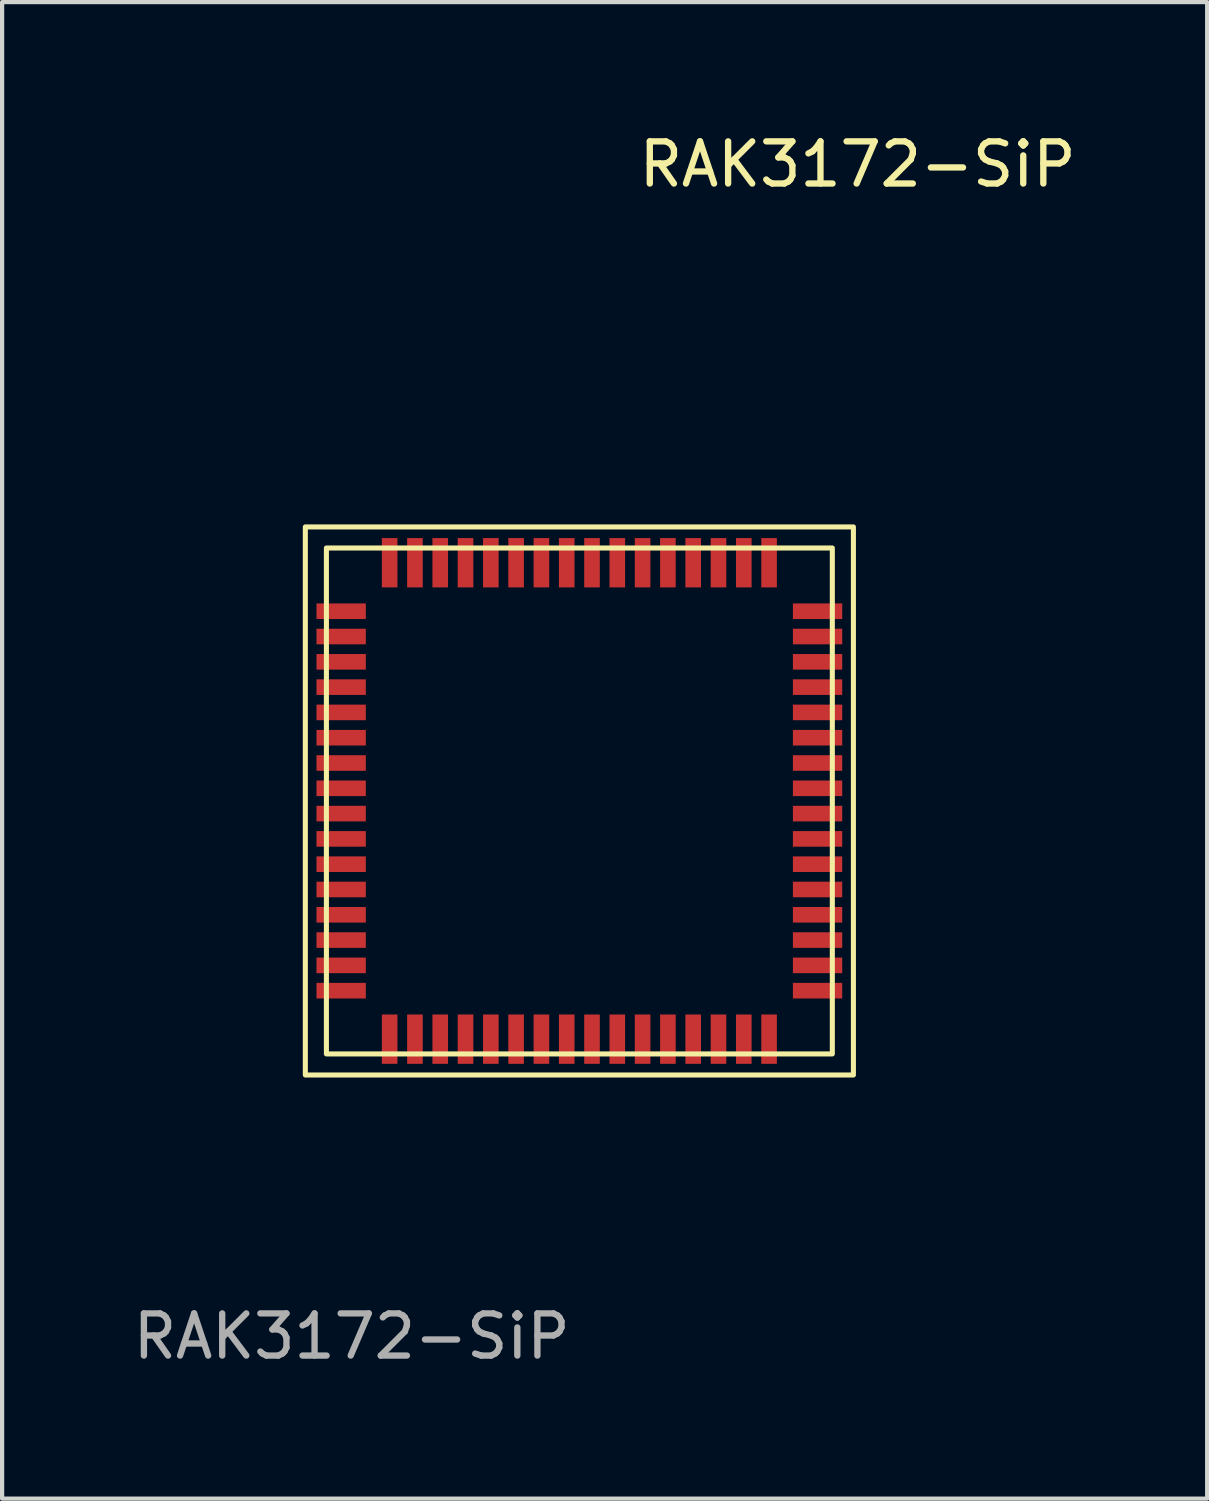
<source format=kicad_pcb>
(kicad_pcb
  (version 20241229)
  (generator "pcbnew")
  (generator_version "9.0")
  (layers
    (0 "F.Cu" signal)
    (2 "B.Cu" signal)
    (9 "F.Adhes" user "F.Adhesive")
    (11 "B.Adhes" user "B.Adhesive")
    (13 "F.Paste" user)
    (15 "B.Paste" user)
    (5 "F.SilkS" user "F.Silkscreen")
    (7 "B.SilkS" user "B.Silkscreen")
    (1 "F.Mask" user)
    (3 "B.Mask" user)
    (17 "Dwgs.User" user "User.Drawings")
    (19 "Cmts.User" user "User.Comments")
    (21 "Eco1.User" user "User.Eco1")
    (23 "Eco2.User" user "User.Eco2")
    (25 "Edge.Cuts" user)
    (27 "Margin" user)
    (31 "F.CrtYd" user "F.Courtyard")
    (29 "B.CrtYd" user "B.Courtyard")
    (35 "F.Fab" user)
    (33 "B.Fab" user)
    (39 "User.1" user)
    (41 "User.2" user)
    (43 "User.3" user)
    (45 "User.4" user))
  (footprint "RAK3172-SiP"
    (layer "F.Cu")
    (at 4.692 9.948)
    (property "Reference" "RAK3172-SiP" (at 12.6 -9.1 0) (unlocked yes) (layer "F.SilkS") (effects (font (size 1 1) (thickness 0.15))))
    (attr smd)
    (fp_rect (start -0.5 -0.5) (end 12.5 12.5) (stroke (width 0.12) (type solid)) (fill no) (layer "F.SilkS"))
    (fp_rect (start 0 0) (end 12 12) (stroke (width 0.12) (type solid)) (fill no) (layer "F.SilkS"))
    (fp_text user "${REFERENCE}" (at 0.6 18.7 0) (unlocked yes) (layer "F.Fab") (effects (font (size 1 1) (thickness 0.15))))
    (pad "1" smd rect (at 0.35 1.5) (size 1.17 0.37) (layers "F.Cu" "F.Mask" "F.Paste"))
    (pad "2" smd rect (at 0.35 2.1) (size 1.17 0.37) (layers "F.Cu" "F.Mask" "F.Paste"))
    (pad "3" smd rect (at 0.35 2.7) (size 1.17 0.37) (layers "F.Cu" "F.Mask" "F.Paste"))
    (pad "4" smd rect (at 0.35 3.3) (size 1.17 0.37) (layers "F.Cu" "F.Mask" "F.Paste"))
    (pad "5" smd rect (at 0.35 3.9) (size 1.17 0.37) (layers "F.Cu" "F.Mask" "F.Paste"))
    (pad "6" smd rect (at 0.35 4.5) (size 1.17 0.37) (layers "F.Cu" "F.Mask" "F.Paste"))
    (pad "7" smd rect (at 0.35 5.1) (size 1.17 0.37) (layers "F.Cu" "F.Mask" "F.Paste"))
    (pad "8" smd rect (at 0.35 5.7) (size 1.17 0.37) (layers "F.Cu" "F.Mask" "F.Paste"))
    (pad "9" smd rect (at 0.35 6.3) (size 1.17 0.37) (layers "F.Cu" "F.Mask" "F.Paste"))
    (pad "10" smd rect (at 0.35 6.9) (size 1.17 0.37) (layers "F.Cu" "F.Mask" "F.Paste"))
    (pad "11" smd rect (at 0.35 7.5) (size 1.17 0.37) (layers "F.Cu" "F.Mask" "F.Paste"))
    (pad "12" smd rect (at 0.35 8.1) (size 1.17 0.37) (layers "F.Cu" "F.Mask" "F.Paste"))
    (pad "13" smd rect (at 0.35 8.7) (size 1.17 0.37) (layers "F.Cu" "F.Mask" "F.Paste"))
    (pad "14" smd rect (at 0.35 9.3) (size 1.17 0.37) (layers "F.Cu" "F.Mask" "F.Paste"))
    (pad "15" smd rect (at 0.35 9.9) (size 1.17 0.37) (layers "F.Cu" "F.Mask" "F.Paste"))
    (pad "16" smd rect (at 0.35 10.5) (size 1.17 0.37) (layers "F.Cu" "F.Mask" "F.Paste"))
    (pad "17" smd rect (at 1.5 11.65 90) (size 1.17 0.37) (layers "F.Cu" "F.Mask" "F.Paste"))
    (pad "18" smd rect (at 2.1 11.65 90) (size 1.17 0.37) (layers "F.Cu" "F.Mask" "F.Paste"))
    (pad "19" smd rect (at 2.7 11.65 90) (size 1.17 0.37) (layers "F.Cu" "F.Mask" "F.Paste"))
    (pad "20" smd rect (at 3.3 11.65 90) (size 1.17 0.37) (layers "F.Cu" "F.Mask" "F.Paste"))
    (pad "21" smd rect (at 3.9 11.65 90) (size 1.17 0.37) (layers "F.Cu" "F.Mask" "F.Paste"))
    (pad "22" smd rect (at 4.5 11.65 90) (size 1.17 0.37) (layers "F.Cu" "F.Mask" "F.Paste"))
    (pad "23" smd rect (at 5.1 11.65 90) (size 1.17 0.37) (layers "F.Cu" "F.Mask" "F.Paste"))
    (pad "24" smd rect (at 5.7 11.65 90) (size 1.17 0.37) (layers "F.Cu" "F.Mask" "F.Paste"))
    (pad "25" smd rect (at 6.3 11.65 90) (size 1.17 0.37) (layers "F.Cu" "F.Mask" "F.Paste"))
    (pad "26" smd rect (at 6.9 11.65 90) (size 1.17 0.37) (layers "F.Cu" "F.Mask" "F.Paste"))
    (pad "27" smd rect (at 7.5 11.65 90) (size 1.17 0.37) (layers "F.Cu" "F.Mask" "F.Paste"))
    (pad "28" smd rect (at 8.1 11.65 90) (size 1.17 0.37) (layers "F.Cu" "F.Mask" "F.Paste"))
    (pad "29" smd rect (at 8.7 11.65 90) (size 1.17 0.37) (layers "F.Cu" "F.Mask" "F.Paste"))
    (pad "30" smd rect (at 9.3 11.65 90) (size 1.17 0.37) (layers "F.Cu" "F.Mask" "F.Paste"))
    (pad "31" smd rect (at 9.9 11.65 90) (size 1.17 0.37) (layers "F.Cu" "F.Mask" "F.Paste"))
    (pad "32" smd rect (at 10.5 11.65 90) (size 1.17 0.37) (layers "F.Cu" "F.Mask" "F.Paste"))
    (pad "33" smd rect (at 11.65 10.5 180) (size 1.17 0.37) (layers "F.Cu" "F.Mask" "F.Paste"))
    (pad "34" smd rect (at 11.65 9.9 180) (size 1.17 0.37) (layers "F.Cu" "F.Mask" "F.Paste"))
    (pad "35" smd rect (at 11.65 9.3 180) (size 1.17 0.37) (layers "F.Cu" "F.Mask" "F.Paste"))
    (pad "36" smd rect (at 11.65 8.7 180) (size 1.17 0.37) (layers "F.Cu" "F.Mask" "F.Paste"))
    (pad "37" smd rect (at 11.65 8.1 180) (size 1.17 0.37) (layers "F.Cu" "F.Mask" "F.Paste"))
    (pad "38" smd rect (at 11.65 7.5 180) (size 1.17 0.37) (layers "F.Cu" "F.Mask" "F.Paste"))
    (pad "39" smd rect (at 11.65 6.9 180) (size 1.17 0.37) (layers "F.Cu" "F.Mask" "F.Paste"))
    (pad "40" smd rect (at 11.65 6.3 180) (size 1.17 0.37) (layers "F.Cu" "F.Mask" "F.Paste"))
    (pad "41" smd rect (at 11.65 5.7 180) (size 1.17 0.37) (layers "F.Cu" "F.Mask" "F.Paste"))
    (pad "42" smd rect (at 11.65 5.1 180) (size 1.17 0.37) (layers "F.Cu" "F.Mask" "F.Paste"))
    (pad "43" smd rect (at 11.65 4.5 180) (size 1.17 0.37) (layers "F.Cu" "F.Mask" "F.Paste"))
    (pad "44" smd rect (at 11.65 3.9 180) (size 1.17 0.37) (layers "F.Cu" "F.Mask" "F.Paste"))
    (pad "45" smd rect (at 11.65 3.3 180) (size 1.17 0.37) (layers "F.Cu" "F.Mask" "F.Paste"))
    (pad "46" smd rect (at 11.65 2.7 180) (size 1.17 0.37) (layers "F.Cu" "F.Mask" "F.Paste"))
    (pad "47" smd rect (at 11.65 2.1 180) (size 1.17 0.37) (layers "F.Cu" "F.Mask" "F.Paste"))
    (pad "48" smd rect (at 11.65 1.5 180) (size 1.17 0.37) (layers "F.Cu" "F.Mask" "F.Paste"))
    (pad "49" smd rect (at 10.5 0.35 270) (size 1.17 0.37) (layers "F.Cu" "F.Mask" "F.Paste"))
    (pad "50" smd rect (at 9.9 0.35 270) (size 1.17 0.37) (layers "F.Cu" "F.Mask" "F.Paste"))
    (pad "51" smd rect (at 9.3 0.35 270) (size 1.17 0.37) (layers "F.Cu" "F.Mask" "F.Paste"))
    (pad "52" smd rect (at 8.7 0.35 270) (size 1.17 0.37) (layers "F.Cu" "F.Mask" "F.Paste"))
    (pad "53" smd rect (at 8.1 0.35 270) (size 1.17 0.37) (layers "F.Cu" "F.Mask" "F.Paste"))
    (pad "54" smd rect (at 7.5 0.35 270) (size 1.17 0.37) (layers "F.Cu" "F.Mask" "F.Paste"))
    (pad "55" smd rect (at 6.9 0.35 270) (size 1.17 0.37) (layers "F.Cu" "F.Mask" "F.Paste"))
    (pad "56" smd rect (at 6.3 0.35 270) (size 1.17 0.37) (layers "F.Cu" "F.Mask" "F.Paste"))
    (pad "57" smd rect (at 5.7 0.35 270) (size 1.17 0.37) (layers "F.Cu" "F.Mask" "F.Paste"))
    (pad "58" smd rect (at 5.1 0.35 270) (size 1.17 0.37) (layers "F.Cu" "F.Mask" "F.Paste"))
    (pad "59" smd rect (at 4.5 0.35 270) (size 1.17 0.37) (layers "F.Cu" "F.Mask" "F.Paste"))
    (pad "60" smd rect (at 3.9 0.35 270) (size 1.17 0.37) (layers "F.Cu" "F.Mask" "F.Paste"))
    (pad "61" smd rect (at 3.3 0.35 270) (size 1.17 0.37) (layers "F.Cu" "F.Mask" "F.Paste"))
    (pad "62" smd rect (at 2.7 0.35 270) (size 1.17 0.37) (layers "F.Cu" "F.Mask" "F.Paste"))
    (pad "63" smd rect (at 2.1 0.35 270) (size 1.17 0.37) (layers "F.Cu" "F.Mask" "F.Paste"))
    (pad "64" smd rect (at 1.5 0.35 270) (size 1.17 0.37) (layers "F.Cu" "F.Mask" "F.Paste")))
  (gr_rect
    (start -3 -3)
    (end 25.583 32.496)
    (stroke (width 0.1) (type default))
    (fill no)
    (layer "Edge.Cuts")))
</source>
